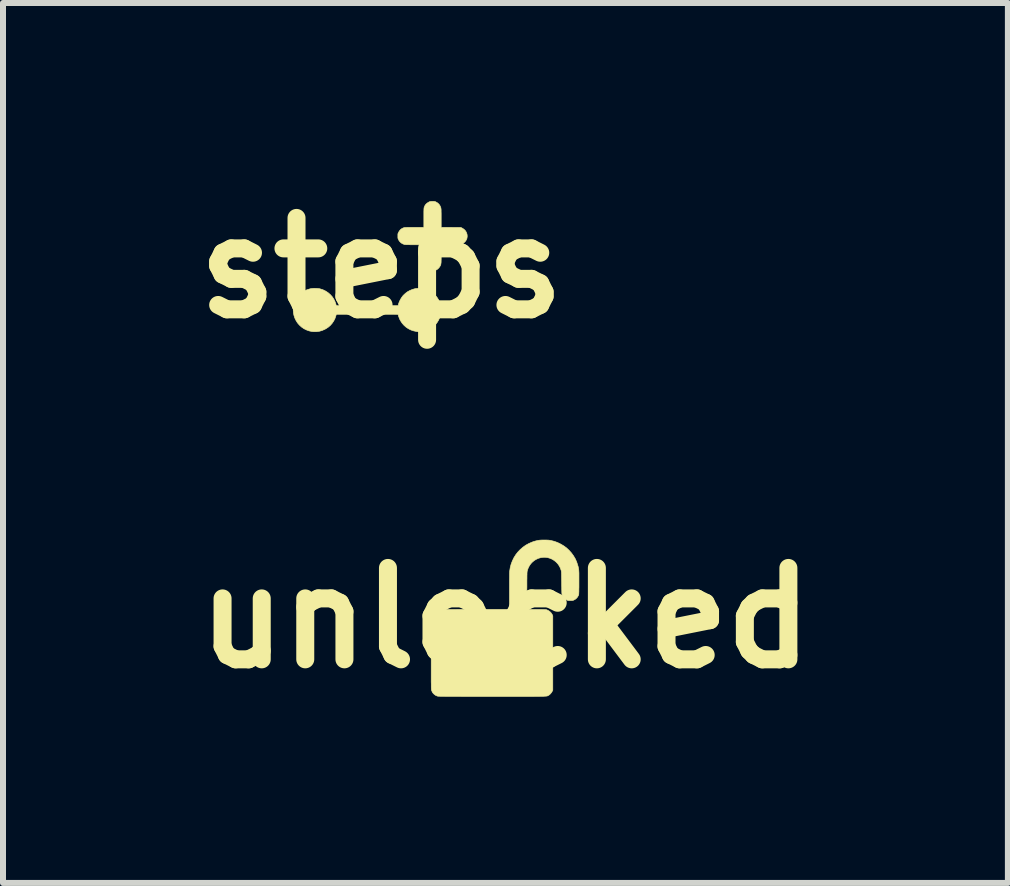
<source format=kicad_pcb>
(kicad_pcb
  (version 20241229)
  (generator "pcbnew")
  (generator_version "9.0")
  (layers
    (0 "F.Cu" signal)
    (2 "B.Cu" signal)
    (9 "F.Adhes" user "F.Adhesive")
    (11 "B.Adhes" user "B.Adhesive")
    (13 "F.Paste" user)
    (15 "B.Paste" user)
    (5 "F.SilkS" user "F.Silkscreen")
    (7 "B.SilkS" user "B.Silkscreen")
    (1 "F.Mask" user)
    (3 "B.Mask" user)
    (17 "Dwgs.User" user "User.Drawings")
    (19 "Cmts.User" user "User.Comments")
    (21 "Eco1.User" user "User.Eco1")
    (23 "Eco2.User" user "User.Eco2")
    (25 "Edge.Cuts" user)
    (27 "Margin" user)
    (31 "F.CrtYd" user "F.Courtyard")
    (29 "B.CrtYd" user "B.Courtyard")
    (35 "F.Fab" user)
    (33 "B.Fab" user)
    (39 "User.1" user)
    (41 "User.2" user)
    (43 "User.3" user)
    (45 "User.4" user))
  (footprint "unlocked"
    (layer "F.Cu")
    (at 5.378 7.254)
    (property "Reference" "unlocked" (at 0 0 0) (layer "F.SilkS") (effects (font (size 1.524 1.524) (thickness 0.3))))
    (attr through_hole)
    (fp_poly (pts (xy 0.675 -1.3) (xy 0.7 -1.299) (xy 0.721 -1.298) (xy 0.741 -1.295) (xy 0.761 -1.291) (xy 0.782 -1.286) (xy 0.806 -1.28) (xy 0.813 -1.278) (xy 0.853 -1.264) (xy 0.895 -1.246) (xy 0.936 -1.224) (xy 0.975 -1.2) (xy 1.01 -1.174) (xy 1.016 -1.17) (xy 1.061 -1.128) (xy 1.101 -1.083) (xy 1.136 -1.034) (xy 1.166 -0.983) (xy 1.189 -0.929) (xy 1.207 -0.872) (xy 1.21 -0.864) (xy 1.213 -0.85) (xy 1.216 -0.837) (xy 1.218 -0.825) (xy 1.22 -0.813) (xy 1.222 -0.8) (xy 1.223 -0.785) (xy 1.224 -0.769) (xy 1.225 -0.75) (xy 1.225 -0.728) (xy 1.225 -0.702) (xy 1.225 -0.672) (xy 1.225 -0.637) (xy 1.225 -0.596) (xy 1.225 -0.583) (xy 1.225 -0.543) (xy 1.225 -0.51) (xy 1.224 -0.482) (xy 1.224 -0.459) (xy 1.224 -0.44) (xy 1.223 -0.425) (xy 1.223 -0.413) (xy 1.222 -0.403) (xy 1.222 -0.396) (xy 1.221 -0.39) (xy 1.22 -0.386) (xy 1.219 -0.382) (xy 1.217 -0.379) (xy 1.217 -0.378) (xy 1.203 -0.352) (xy 1.185 -0.33) (xy 1.162 -0.311) (xy 1.137 -0.298) (xy 1.128 -0.294) (xy 1.119 -0.292) (xy 1.108 -0.291) (xy 1.094 -0.291) (xy 1.081 -0.291) (xy 1.065 -0.291) (xy 1.053 -0.291) (xy 1.044 -0.292) (xy 1.037 -0.294) (xy 1.028 -0.298) (xy 1.021 -0.301) (xy 0.995 -0.317) (xy 0.973 -0.338) (xy 0.956 -0.363) (xy 0.943 -0.391) (xy 0.943 -0.392) (xy 0.942 -0.397) (xy 0.941 -0.405) (xy 0.94 -0.416) (xy 0.939 -0.432) (xy 0.939 -0.452) (xy 0.938 -0.477) (xy 0.938 -0.508) (xy 0.937 -0.543) (xy 0.937 -0.585) (xy 0.937 -0.587) (xy 0.936 -0.626) (xy 0.936 -0.659) (xy 0.935 -0.687) (xy 0.935 -0.71) (xy 0.935 -0.729) (xy 0.934 -0.744) (xy 0.934 -0.757) (xy 0.933 -0.767) (xy 0.932 -0.775) (xy 0.931 -0.781) (xy 0.93 -0.787) (xy 0.929 -0.792) (xy 0.928 -0.795) (xy 0.914 -0.835) (xy 0.895 -0.871) (xy 0.871 -0.905) (xy 0.843 -0.934) (xy 0.812 -0.959) (xy 0.778 -0.98) (xy 0.741 -0.996) (xy 0.702 -1.007) (xy 0.662 -1.012) (xy 0.635 -1.012) (xy 0.593 -1.007) (xy 0.552 -0.996) (xy 0.514 -0.979) (xy 0.479 -0.958) (xy 0.448 -0.932) (xy 0.42 -0.902) (xy 0.397 -0.868) (xy 0.378 -0.83) (xy 0.364 -0.789) (xy 0.363 -0.783) (xy 0.362 -0.779) (xy 0.361 -0.774) (xy 0.361 -0.768) (xy 0.36 -0.76) (xy 0.359 -0.751) (xy 0.359 -0.739) (xy 0.359 -0.724) (xy 0.358 -0.706) (xy 0.358 -0.685) (xy 0.358 -0.66) (xy 0.357 -0.631) (xy 0.357 -0.597) (xy 0.357 -0.557) (xy 0.357 -0.513) (xy 0.356 -0.462) (xy 0.356 -0.452) (xy 0.355 -0.143) (xy 0.515 -0.142) (xy 0.551 -0.142) (xy 0.581 -0.142) (xy 0.606 -0.142) (xy 0.627 -0.141) (xy 0.643 -0.141) (xy 0.656 -0.14) (xy 0.666 -0.14) (xy 0.674 -0.139) (xy 0.68 -0.138) (xy 0.685 -0.137) (xy 0.689 -0.136) (xy 0.693 -0.134) (xy 0.694 -0.134) (xy 0.72 -0.121) (xy 0.743 -0.104) (xy 0.763 -0.083) (xy 0.778 -0.06) (xy 0.782 -0.051) (xy 0.789 -0.033) (xy 0.789 1.202) (xy 0.779 1.223) (xy 0.768 1.242) (xy 0.753 1.26) (xy 0.737 1.277) (xy 0.72 1.289) (xy 0.718 1.29) (xy 0.715 1.292) (xy 0.712 1.293) (xy 0.71 1.295) (xy 0.707 1.296) (xy 0.704 1.298) (xy 0.701 1.299) (xy 0.697 1.3) (xy 0.692 1.301) (xy 0.686 1.302) (xy 0.678 1.303) (xy 0.669 1.304) (xy 0.658 1.304) (xy 0.645 1.305) (xy 0.63 1.306) (xy 0.612 1.306) (xy 0.592 1.306) (xy 0.569 1.307) (xy 0.542 1.307) (xy 0.512 1.307) (xy 0.479 1.308) (xy 0.442 1.308) (xy 0.4 1.308) (xy 0.355 1.308) (xy 0.305 1.308) (xy 0.25 1.308) (xy 0.19 1.308) (xy 0.125 1.308) (xy 0.055 1.308) (xy -0.021 1.308) (xy -0.103 1.308) (xy -0.19 1.308) (xy -0.225 1.308) (xy -0.316 1.308) (xy -0.4 1.308) (xy -0.478 1.308) (xy -0.55 1.308) (xy -0.617 1.308) (xy -0.679 1.308) (xy -0.735 1.308) (xy -0.787 1.307) (xy -0.834 1.307) (xy -0.877 1.307) (xy -0.916 1.307) (xy -0.95 1.307) (xy -0.981 1.307) (xy -1.008 1.307) (xy -1.032 1.306) (xy -1.053 1.306) (xy -1.07 1.306) (xy -1.085 1.306) (xy -1.098 1.305) (xy -1.108 1.305) (xy -1.117 1.305) (xy -1.123 1.304) (xy -1.128 1.304) (xy -1.131 1.303) (xy -1.133 1.303) (xy -1.159 1.293) (xy -1.183 1.277) (xy -1.204 1.258) (xy -1.22 1.235) (xy -1.231 1.209) (xy -1.233 1.202) (xy -1.234 1.199) (xy -1.234 1.195) (xy -1.235 1.19) (xy -1.235 1.183) (xy -1.236 1.175) (xy -1.236 1.164) (xy -1.237 1.151) (xy -1.237 1.135) (xy -1.237 1.117) (xy -1.237 1.095) (xy -1.238 1.07) (xy -1.238 1.041) (xy -1.238 1.008) (xy -1.238 0.971) (xy -1.238 0.929) (xy -1.238 0.883) (xy -1.238 0.831) (xy -1.238 0.774) (xy -1.238 0.712) (xy -1.238 0.643) (xy -1.238 0.583) (xy -1.238 0.509) (xy -1.238 0.442) (xy -1.238 0.38) (xy -1.238 0.324) (xy -1.238 0.274) (xy -1.238 0.228) (xy -1.238 0.187) (xy -1.238 0.15) (xy -1.238 0.118) (xy -1.237 0.089) (xy -1.237 0.064) (xy -1.237 0.042) (xy -1.236 0.024) (xy -1.236 0.008) (xy -1.235 -0.005) (xy -1.235 -0.016) (xy -1.234 -0.025) (xy -1.233 -0.033) (xy -1.232 -0.039) (xy -1.231 -0.044) (xy -1.23 -0.048) (xy -1.229 -0.051) (xy -1.227 -0.054) (xy -1.226 -0.057) (xy -1.224 -0.06) (xy -1.208 -0.086) (xy -1.187 -0.107) (xy -1.163 -0.124) (xy -1.135 -0.135) (xy -1.119 -0.14) (xy -1.113 -0.14) (xy -1.102 -0.14) (xy -1.084 -0.141) (xy -1.061 -0.141) (xy -1.032 -0.142) (xy -0.997 -0.142) (xy -0.956 -0.142) (xy -0.908 -0.142) (xy -0.855 -0.142) (xy -0.795 -0.143) (xy -0.73 -0.143) (xy -0.658 -0.143) (xy -0.579 -0.143) (xy -0.517 -0.143) (xy 0.067 -0.143) (xy 0.067 -0.446) (xy 0.067 -0.501) (xy 0.067 -0.552) (xy 0.067 -0.599) (xy 0.067 -0.641) (xy 0.068 -0.678) (xy 0.068 -0.71) (xy 0.068 -0.737) (xy 0.069 -0.758) (xy 0.069 -0.773) (xy 0.07 -0.782) (xy 0.079 -0.84) (xy 0.094 -0.897) (xy 0.115 -0.952) (xy 0.14 -1.004) (xy 0.171 -1.054) (xy 0.206 -1.099) (xy 0.246 -1.141) (xy 0.29 -1.179) (xy 0.337 -1.213) (xy 0.388 -1.241) (xy 0.443 -1.265) (xy 0.465 -1.273) (xy 0.494 -1.282) (xy 0.519 -1.288) (xy 0.543 -1.293) (xy 0.567 -1.297) (xy 0.592 -1.299) (xy 0.621 -1.3) (xy 0.646 -1.3) (xy 0.675 -1.3)) (stroke (width 0.01) (type solid)) (fill yes) (layer "F.SilkS")))
  (footprint "steps"
    (layer "F.Cu")
    (at 3.309 1.418)
    (property "Reference" "steps" (at 0 0 0) (layer "F.SilkS") (effects (font (size 1.524 1.524) (thickness 0.3))))
    (attr through_hole)
    (fp_poly (pts (xy 0.661 0.34) (xy 0.683 0.342) (xy 0.699 0.344) (xy 0.745 0.356) (xy 0.788 0.373) (xy 0.827 0.395) (xy 0.864 0.422) (xy 0.896 0.452) (xy 0.925 0.486) (xy 0.949 0.523) (xy 0.969 0.563) (xy 0.983 0.606) (xy 0.992 0.65) (xy 0.996 0.695) (xy 0.994 0.736) (xy 0.986 0.784) (xy 0.972 0.829) (xy 0.953 0.871) (xy 0.929 0.91) (xy 0.901 0.945) (xy 0.868 0.977) (xy 0.832 1.004) (xy 0.791 1.026) (xy 0.748 1.043) (xy 0.702 1.056) (xy 0.665 1.061) (xy 0.646 1.063) (xy 0.632 1.063) (xy 0.618 1.063) (xy 0.604 1.062) (xy 0.586 1.059) (xy 0.538 1.049) (xy 0.493 1.034) (xy 0.451 1.013) (xy 0.412 0.987) (xy 0.377 0.956) (xy 0.346 0.921) (xy 0.32 0.881) (xy 0.311 0.865) (xy 0.305 0.853) (xy 0.299 0.838) (xy 0.293 0.822) (xy 0.287 0.806) (xy 0.283 0.792) (xy 0.28 0.781) (xy 0.279 0.776) (xy 0.279 0.776) (xy 0.277 0.775) (xy 0.274 0.775) (xy 0.269 0.774) (xy 0.261 0.774) (xy 0.252 0.773) (xy 0.239 0.773) (xy 0.224 0.773) (xy 0.206 0.772) (xy 0.184 0.772) (xy 0.158 0.772) (xy 0.128 0.772) (xy 0.094 0.772) (xy 0.055 0.772) (xy 0.012 0.772) (xy -0.037 0.772) (xy -0.091 0.772) (xy -0.151 0.772) (xy -0.217 0.772) (xy -0.751 0.772) (xy -0.76 0.802) (xy -0.775 0.846) (xy -0.796 0.886) (xy -0.822 0.924) (xy -0.853 0.959) (xy -0.888 0.989) (xy -0.927 1.014) (xy -0.948 1.025) (xy -0.992 1.044) (xy -1.037 1.056) (xy -1.083 1.062) (xy -1.13 1.062) (xy -1.16 1.059) (xy -1.206 1.049) (xy -1.25 1.033) (xy -1.292 1.012) (xy -1.331 0.985) (xy -1.366 0.953) (xy -1.37 0.949) (xy -1.4 0.914) (xy -1.424 0.875) (xy -1.444 0.834) (xy -1.458 0.791) (xy -1.467 0.747) (xy -1.47 0.702) (xy -1.467 0.657) (xy -1.465 0.644) (xy -1.454 0.596) (xy -1.437 0.552) (xy -1.415 0.511) (xy -1.389 0.473) (xy -1.358 0.439) (xy -1.323 0.409) (xy -1.284 0.384) (xy -1.242 0.364) (xy -1.197 0.35) (xy -1.173 0.344) (xy -1.153 0.342) (xy -1.129 0.34) (xy -1.103 0.34) (xy -1.077 0.341) (xy -1.052 0.343) (xy -1.03 0.346) (xy -1.019 0.349) (xy -0.973 0.364) (xy -0.93 0.385) (xy -0.89 0.411) (xy -0.854 0.442) (xy -0.822 0.477) (xy -0.812 0.491) (xy -0.797 0.513) (xy -0.783 0.539) (xy -0.771 0.566) (xy -0.762 0.591) (xy -0.759 0.601) (xy -0.752 0.629) (xy 0.279 0.629) (xy 0.281 0.618) (xy 0.29 0.587) (xy 0.303 0.554) (xy 0.32 0.521) (xy 0.34 0.489) (xy 0.362 0.46) (xy 0.37 0.452) (xy 0.402 0.422) (xy 0.437 0.396) (xy 0.476 0.375) (xy 0.517 0.358) (xy 0.559 0.346) (xy 0.567 0.344) (xy 0.587 0.342) (xy 0.611 0.34) (xy 0.636 0.34) (xy 0.661 0.34)) (stroke (width 0.01) (type solid)) (fill yes) (layer "F.SilkS"))
    (fp_poly (pts (xy 0.869 -1.11) (xy 0.881 -1.109) (xy 0.89 -1.108) (xy 0.897 -1.106) (xy 0.905 -1.103) (xy 0.912 -1.099) (xy 0.939 -1.083) (xy 0.961 -1.062) (xy 0.978 -1.037) (xy 0.99 -1.009) (xy 0.992 -1.002) (xy 0.993 -0.996) (xy 0.994 -0.989) (xy 0.995 -0.981) (xy 0.996 -0.969) (xy 0.996 -0.955) (xy 0.996 -0.936) (xy 0.997 -0.914) (xy 0.997 -0.887) (xy 0.997 -0.854) (xy 0.997 -0.83) (xy 0.997 -0.677) (xy 1.161 -0.676) (xy 1.326 -0.675) (xy 1.348 -0.664) (xy 1.373 -0.648) (xy 1.395 -0.628) (xy 1.411 -0.605) (xy 1.423 -0.579) (xy 1.43 -0.552) (xy 1.431 -0.524) (xy 1.427 -0.495) (xy 1.418 -0.472) (xy 1.408 -0.454) (xy 1.394 -0.437) (xy 1.377 -0.421) (xy 1.36 -0.409) (xy 1.356 -0.407) (xy 1.348 -0.403) (xy 1.34 -0.399) (xy 1.333 -0.396) (xy 1.325 -0.394) (xy 1.315 -0.392) (xy 1.304 -0.39) (xy 1.29 -0.389) (xy 1.273 -0.388) (xy 1.253 -0.388) (xy 1.228 -0.388) (xy 1.198 -0.387) (xy 1.163 -0.387) (xy 1.149 -0.387) (xy 0.997 -0.387) (xy 0.997 -0.236) (xy 0.997 -0.198) (xy 0.997 -0.167) (xy 0.997 -0.14) (xy 0.996 -0.119) (xy 0.996 -0.101) (xy 0.995 -0.086) (xy 0.993 -0.074) (xy 0.992 -0.064) (xy 0.99 -0.056) (xy 0.987 -0.048) (xy 0.984 -0.041) (xy 0.98 -0.033) (xy 0.979 -0.031) (xy 0.969 -0.016) (xy 0.956 0.001) (xy 0.941 0.015) (xy 0.926 0.027) (xy 0.921 0.03) (xy 0.896 0.04) (xy 0.869 0.046) (xy 0.841 0.047) (xy 0.818 0.043) (xy 0.791 0.033) (xy 0.766 0.018) (xy 0.744 -0.002) (xy 0.727 -0.025) (xy 0.721 -0.036) (xy 0.71 -0.059) (xy 0.709 -0.223) (xy 0.708 -0.387) (xy 0.555 -0.387) (xy 0.518 -0.387) (xy 0.487 -0.387) (xy 0.462 -0.388) (xy 0.441 -0.388) (xy 0.424 -0.388) (xy 0.411 -0.389) (xy 0.4 -0.39) (xy 0.392 -0.39) (xy 0.386 -0.391) (xy 0.383 -0.392) (xy 0.354 -0.403) (xy 0.328 -0.419) (xy 0.306 -0.44) (xy 0.289 -0.465) (xy 0.285 -0.472) (xy 0.281 -0.482) (xy 0.278 -0.489) (xy 0.276 -0.497) (xy 0.275 -0.507) (xy 0.275 -0.519) (xy 0.275 -0.532) (xy 0.275 -0.548) (xy 0.275 -0.56) (xy 0.276 -0.569) (xy 0.278 -0.577) (xy 0.282 -0.585) (xy 0.286 -0.594) (xy 0.302 -0.62) (xy 0.321 -0.642) (xy 0.344 -0.658) (xy 0.37 -0.67) (xy 0.371 -0.67) (xy 0.376 -0.671) (xy 0.381 -0.673) (xy 0.387 -0.674) (xy 0.394 -0.674) (xy 0.403 -0.675) (xy 0.415 -0.675) (xy 0.43 -0.676) (xy 0.449 -0.676) (xy 0.471 -0.676) (xy 0.499 -0.676) (xy 0.533 -0.676) (xy 0.55 -0.676) (xy 0.708 -0.676) (xy 0.708 -0.835) (xy 0.708 -0.871) (xy 0.708 -0.901) (xy 0.708 -0.926) (xy 0.708 -0.947) (xy 0.709 -0.963) (xy 0.709 -0.976) (xy 0.71 -0.986) (xy 0.71 -0.995) (xy 0.711 -1.001) (xy 0.712 -1.006) (xy 0.714 -1.011) (xy 0.714 -1.013) (xy 0.726 -1.04) (xy 0.742 -1.063) (xy 0.765 -1.083) (xy 0.792 -1.099) (xy 0.793 -1.1) (xy 0.802 -1.104) (xy 0.81 -1.107) (xy 0.818 -1.108) (xy 0.828 -1.109) (xy 0.842 -1.11) (xy 0.853 -1.11) (xy 0.869 -1.11)) (stroke (width 0.01) (type solid)) (fill yes) (layer "F.SilkS")))
  (gr_rect
    (start -3 -3)
    (end 13.755 11.672)
    (stroke (width 0.1) (type default))
    (fill no)
    (layer "Edge.Cuts")))
</source>
